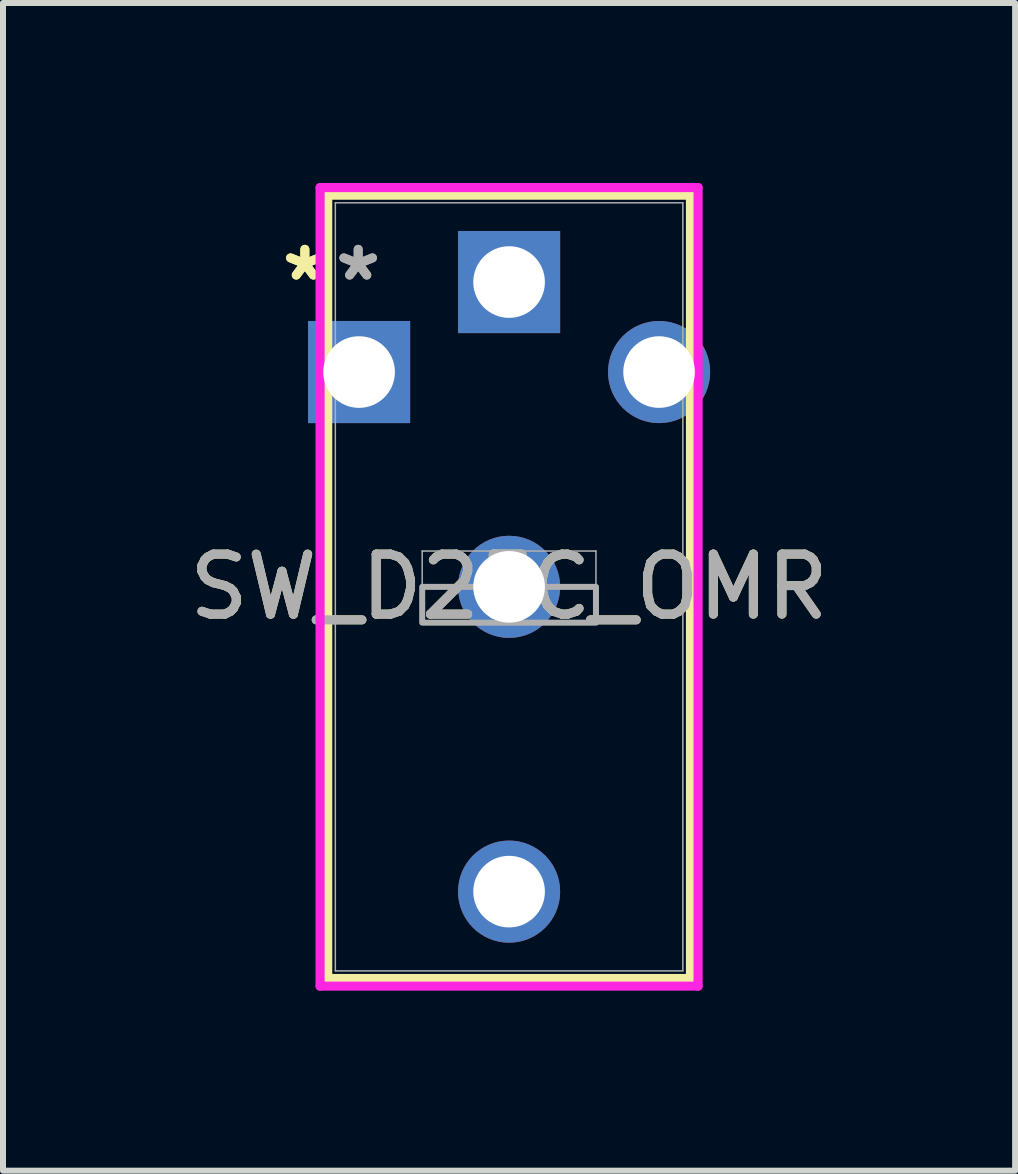
<source format=kicad_pcb>
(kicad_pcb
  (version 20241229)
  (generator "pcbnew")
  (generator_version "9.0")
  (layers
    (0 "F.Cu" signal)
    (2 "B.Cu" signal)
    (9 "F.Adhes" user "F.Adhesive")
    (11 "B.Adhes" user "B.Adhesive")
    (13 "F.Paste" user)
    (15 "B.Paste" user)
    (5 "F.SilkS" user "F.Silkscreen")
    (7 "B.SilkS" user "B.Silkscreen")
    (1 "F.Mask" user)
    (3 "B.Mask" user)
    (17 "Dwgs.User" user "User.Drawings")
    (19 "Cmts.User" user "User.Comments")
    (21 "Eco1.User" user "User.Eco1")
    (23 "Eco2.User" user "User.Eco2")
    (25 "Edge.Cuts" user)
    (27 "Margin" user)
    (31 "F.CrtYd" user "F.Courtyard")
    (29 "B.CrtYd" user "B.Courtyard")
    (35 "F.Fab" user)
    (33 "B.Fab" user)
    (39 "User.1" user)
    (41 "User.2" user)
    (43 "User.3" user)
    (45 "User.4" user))
  (footprint "SW_D2FC_OMR"
    (layer "F.Cu")
    (at 5.435 1.651)
    (property "Reference" "SW_D2FC_OMR" (at 0 5.08 0) (unlocked yes) (layer "F.SilkS") (effects (font (size 1 1) (thickness 0.15))))
    (attr through_hole)
    (fp_line (start -3.023 -1.448) (end -3.023 11.608) (stroke (width 0.152) (type solid)) (layer "F.SilkS"))
    (fp_line (start -3.023 11.608) (end 3.023 11.608) (stroke (width 0.152) (type solid)) (layer "F.SilkS"))
    (fp_line (start 3.023 -1.448) (end -3.023 -1.448) (stroke (width 0.152) (type solid)) (layer "F.SilkS"))
    (fp_line (start 3.023 11.608) (end 3.023 -1.448) (stroke (width 0.152) (type solid)) (layer "F.SilkS"))
    (fp_line (start -3.15 -1.575) (end -3.15 11.735) (stroke (width 0.152) (type solid)) (layer "F.CrtYd"))
    (fp_line (start -3.15 11.735) (end 3.15 11.735) (stroke (width 0.152) (type solid)) (layer "F.CrtYd"))
    (fp_line (start 3.15 -1.575) (end -3.15 -1.575) (stroke (width 0.152) (type solid)) (layer "F.CrtYd"))
    (fp_line (start 3.15 11.735) (end 3.15 -1.575) (stroke (width 0.152) (type solid)) (layer "F.CrtYd"))
    (fp_line (start -2.896 -1.321) (end -2.896 11.481) (stroke (width 0.025) (type solid)) (layer "F.Fab"))
    (fp_line (start -2.896 11.481) (end 2.896 11.481) (stroke (width 0.025) (type solid)) (layer "F.Fab"))
    (fp_line (start -1.448 4.483) (end 1.448 4.483) (stroke (width 0.025) (type solid)) (layer "F.Fab"))
    (fp_line (start -1.448 5.677) (end -1.448 4.483) (stroke (width 0.025) (type solid)) (layer "F.Fab"))
    (fp_line (start 1.448 4.483) (end 1.448 5.677) (stroke (width 0.025) (type solid)) (layer "F.Fab"))
    (fp_line (start 1.448 5.677) (end -1.448 5.677) (stroke (width 0.025) (type solid)) (layer "F.Fab"))
    (fp_line (start 2.896 -1.321) (end -2.896 -1.321) (stroke (width 0.025) (type solid)) (layer "F.Fab"))
    (fp_line (start 2.896 11.481) (end 2.896 -1.321) (stroke (width 0.025) (type solid)) (layer "F.Fab"))
    (fp_poly (pts (xy -1.448 5.677) (xy -1.448 5.08) (xy 1.448 5.08) (xy 1.448 5.677)) (stroke (width 0.1) (type solid)) (fill no) (layer "F.Fab"))
    (fp_text user "*" (at -3.404 0 0) (unlocked yes) (layer "F.SilkS") (effects (font (size 1 1) (thickness 0.15))))
    (fp_text user "*" (at -3.404 0 0) (layer "F.SilkS") (effects (font (size 1 1) (thickness 0.15))))
    (fp_text user "*" (at -2.515 0 0) (unlocked yes) (layer "F.Fab") (effects (font (size 1 1) (thickness 0.15))))
    (fp_text user "${REFERENCE}" (at 0 5.08 0) (unlocked yes) (layer "F.Fab") (effects (font (size 1 1) (thickness 0.15))))
    (fp_text user "*" (at -2.515 0 0) (layer "F.Fab") (effects (font (size 1 1) (thickness 0.15))))
    (pad "1" thru_hole rect (at -2.5 1.5) (size 1.702 1.702) (drill 1.194) (layers "*.Cu" "*.Mask"))
    (pad "1" thru_hole rect (at 0 0) (size 1.702 1.702) (drill 1.194) (layers "*.Cu" "*.Mask"))
    (pad "2" thru_hole circle (at 0 5.08) (size 1.702 1.702) (drill 1.194) (layers "*.Cu" "*.Mask"))
    (pad "2" thru_hole circle (at 2.5 1.5) (size 1.702 1.702) (drill 1.194) (layers "*.Cu" "*.Mask"))
    (pad "3" thru_hole circle (at 0 10.16) (size 1.702 1.702) (drill 1.194) (layers "*.Cu" "*.Mask")))
  (gr_rect
    (start -3 -3)
    (end 13.869 16.462)
    (stroke (width 0.1) (type default))
    (fill no)
    (layer "Edge.Cuts")))
</source>
